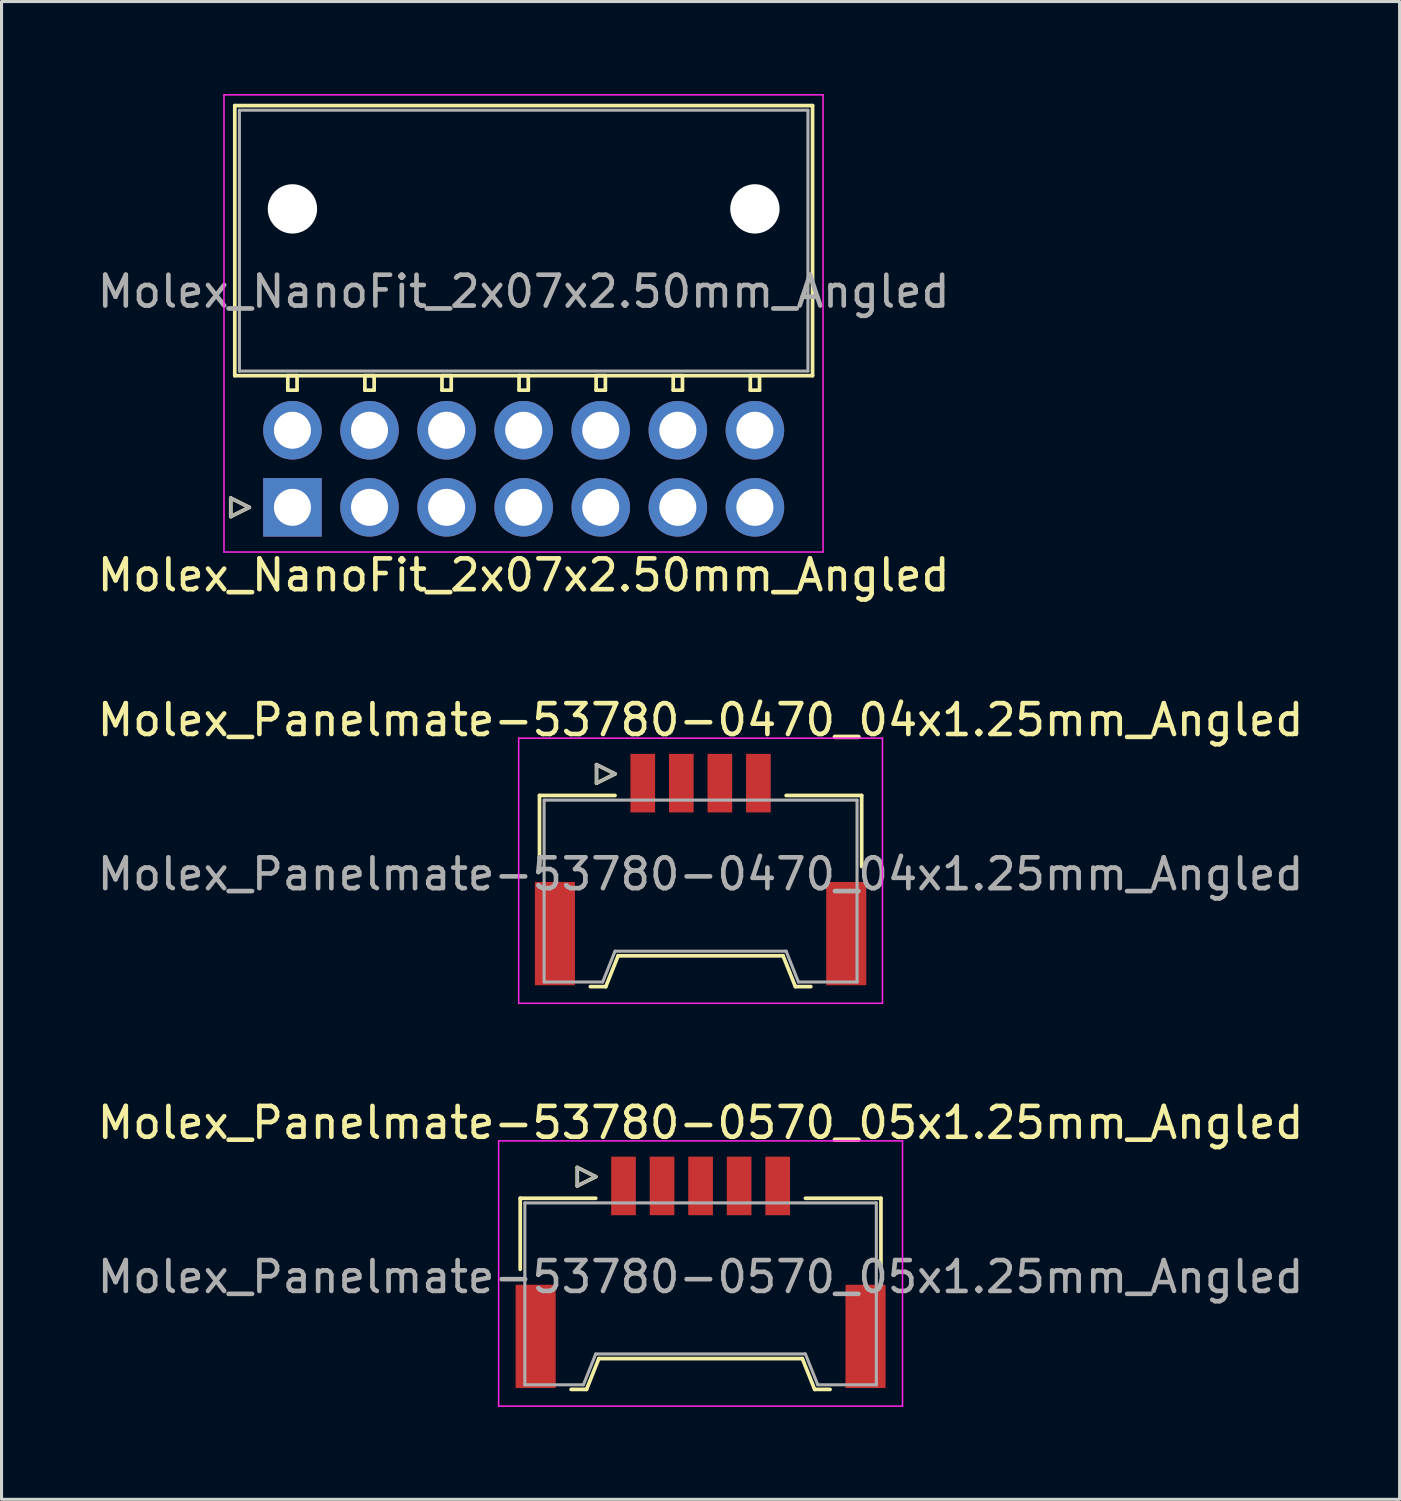
<source format=kicad_pcb>
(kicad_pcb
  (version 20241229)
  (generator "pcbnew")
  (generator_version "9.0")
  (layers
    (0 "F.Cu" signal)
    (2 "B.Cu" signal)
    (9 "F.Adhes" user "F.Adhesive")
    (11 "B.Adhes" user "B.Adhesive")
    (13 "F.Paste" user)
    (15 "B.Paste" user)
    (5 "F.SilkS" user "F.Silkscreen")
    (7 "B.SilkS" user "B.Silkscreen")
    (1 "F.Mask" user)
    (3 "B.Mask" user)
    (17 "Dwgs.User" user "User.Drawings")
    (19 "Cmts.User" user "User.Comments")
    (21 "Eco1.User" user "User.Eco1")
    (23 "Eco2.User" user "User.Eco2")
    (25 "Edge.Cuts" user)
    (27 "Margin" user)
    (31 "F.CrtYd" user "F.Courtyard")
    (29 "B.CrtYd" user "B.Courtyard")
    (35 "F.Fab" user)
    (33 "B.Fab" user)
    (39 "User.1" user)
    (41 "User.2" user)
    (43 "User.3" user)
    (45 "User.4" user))
  (footprint "Molex_Panelmate-53780-0570_05x1.25mm_Angled"
    (layer "F.Cu")
    (at 19.673 37.855)
    (property "Reference" "Molex_Panelmate-53780-0570_05x1.25mm_Angled" (at 0 -4.49 0) (layer "F.SilkS") (effects (font (size 1 1) (thickness 0.15))))
    (attr smd)
    (fp_line (start -5.85 -2.04) (end -5.85 0.265) (stroke (width 0.12) (type solid)) (layer "F.SilkS"))
    (fp_line (start -4.2 4.16) (end -3.7 4.16) (stroke (width 0.12) (type solid)) (layer "F.SilkS"))
    (fp_line (start -4 -3.04) (end -4 -2.44) (stroke (width 0.12) (type solid)) (layer "F.SilkS"))
    (fp_line (start -4 -2.44) (end -3.4 -2.74) (stroke (width 0.12) (type solid)) (layer "F.SilkS"))
    (fp_line (start -3.7 4.16) (end -3.3 3.16) (stroke (width 0.12) (type solid)) (layer "F.SilkS"))
    (fp_line (start -3.4 -2.74) (end -4 -3.04) (stroke (width 0.12) (type solid)) (layer "F.SilkS"))
    (fp_line (start -3.4 -2.04) (end -5.85 -2.04) (stroke (width 0.12) (type solid)) (layer "F.SilkS"))
    (fp_line (start -3.3 3.16) (end 3.3 3.16) (stroke (width 0.12) (type solid)) (layer "F.SilkS"))
    (fp_line (start 3.3 3.16) (end 3.7 4.16) (stroke (width 0.12) (type solid)) (layer "F.SilkS"))
    (fp_line (start 3.4 -2.04) (end 5.85 -2.04) (stroke (width 0.12) (type solid)) (layer "F.SilkS"))
    (fp_line (start 3.7 4.16) (end 4.2 4.16) (stroke (width 0.12) (type solid)) (layer "F.SilkS"))
    (fp_line (start 5.85 -2.04) (end 5.85 0.265) (stroke (width 0.12) (type solid)) (layer "F.SilkS"))
    (fp_line (start -6.55 -3.9) (end -6.55 4.7) (stroke (width 0.05) (type solid)) (layer "F.CrtYd"))
    (fp_line (start -6.55 4.7) (end 6.55 4.7) (stroke (width 0.05) (type solid)) (layer "F.CrtYd"))
    (fp_line (start 6.55 -3.9) (end -6.55 -3.9) (stroke (width 0.05) (type solid)) (layer "F.CrtYd"))
    (fp_line (start 6.55 4.7) (end 6.55 -3.9) (stroke (width 0.05) (type solid)) (layer "F.CrtYd"))
    (fp_line (start -5.7 -1.89) (end -5.7 4.01) (stroke (width 0.1) (type solid)) (layer "F.Fab"))
    (fp_line (start -5.7 4.01) (end -3.8 4.01) (stroke (width 0.1) (type solid)) (layer "F.Fab"))
    (fp_line (start -4 -3.04) (end -4 -2.44) (stroke (width 0.1) (type solid)) (layer "F.Fab"))
    (fp_line (start -4 -2.44) (end -3.4 -2.74) (stroke (width 0.1) (type solid)) (layer "F.Fab"))
    (fp_line (start -3.8 4.01) (end -3.4 3.01) (stroke (width 0.1) (type solid)) (layer "F.Fab"))
    (fp_line (start -3.4 -2.74) (end -4 -3.04) (stroke (width 0.1) (type solid)) (layer "F.Fab"))
    (fp_line (start -3.4 3.01) (end 3.4 3.01) (stroke (width 0.1) (type solid)) (layer "F.Fab"))
    (fp_line (start 3.4 3.01) (end 3.8 4.01) (stroke (width 0.1) (type solid)) (layer "F.Fab"))
    (fp_line (start 3.8 4.01) (end 5.7 4.01) (stroke (width 0.1) (type solid)) (layer "F.Fab"))
    (fp_line (start 5.7 -1.89) (end -5.7 -1.89) (stroke (width 0.1) (type solid)) (layer "F.Fab"))
    (fp_line (start 5.7 4.01) (end 5.7 -1.89) (stroke (width 0.1) (type solid)) (layer "F.Fab"))
    (fp_text user "${REFERENCE}" (at 0 0.51 0) (layer "F.Fab") (effects (font (size 1 1) (thickness 0.15))))
    (pad "" smd rect (at -5.35 2.44) (size 1.3 3.35) (layers "F.Cu" "F.Mask" "F.Paste"))
    (pad "" smd rect (at 5.35 2.44) (size 1.3 3.35) (layers "F.Cu" "F.Mask" "F.Paste"))
    (pad "1" smd rect (at -2.5 -2.44) (size 0.8 1.9) (layers "F.Cu" "F.Mask" "F.Paste"))
    (pad "2" smd rect (at -1.25 -2.44) (size 0.8 1.9) (layers "F.Cu" "F.Mask" "F.Paste"))
    (pad "3" smd rect (at 0 -2.44) (size 0.8 1.9) (layers "F.Cu" "F.Mask" "F.Paste"))
    (pad "4" smd rect (at 1.25 -2.44) (size 0.8 1.9) (layers "F.Cu" "F.Mask" "F.Paste"))
    (pad "5" smd rect (at 2.5 -2.44) (size 0.8 1.9) (layers "F.Cu" "F.Mask" "F.Paste")))
  (footprint "Molex_NanoFit_2x07x2.50mm_Angled"
    (layer "F.Cu")
    (at 6.435 13.405)
    (property "Reference" "Molex_NanoFit_2x07x2.50mm_Angled" (at 7.5 2.2 0) (layer "F.SilkS") (effects (font (size 1 1) (thickness 0.15))))
    (attr through_hole)
    (fp_line (start -2 -0.3) (end -1.4 0) (stroke (width 0.12) (type solid)) (layer "F.SilkS"))
    (fp_line (start -2 0.3) (end -2 -0.3) (stroke (width 0.12) (type solid)) (layer "F.SilkS"))
    (fp_line (start -1.87 -13.03) (end -1.87 -4.27) (stroke (width 0.12) (type solid)) (layer "F.SilkS"))
    (fp_line (start -1.87 -4.27) (end 16.87 -4.27) (stroke (width 0.12) (type solid)) (layer "F.SilkS"))
    (fp_line (start -1.4 0) (end -2 0.3) (stroke (width 0.12) (type solid)) (layer "F.SilkS"))
    (fp_line (start -0.15 -4.27) (end -0.15 -3.8) (stroke (width 0.12) (type solid)) (layer "F.SilkS"))
    (fp_line (start -0.15 -3.8) (end 0.15 -3.8) (stroke (width 0.12) (type solid)) (layer "F.SilkS"))
    (fp_line (start 0.15 -4.27) (end -0.15 -4.27) (stroke (width 0.12) (type solid)) (layer "F.SilkS"))
    (fp_line (start 0.15 -3.8) (end 0.15 -4.27) (stroke (width 0.12) (type solid)) (layer "F.SilkS"))
    (fp_line (start 2.35 -4.27) (end 2.35 -3.8) (stroke (width 0.12) (type solid)) (layer "F.SilkS"))
    (fp_line (start 2.35 -3.8) (end 2.65 -3.8) (stroke (width 0.12) (type solid)) (layer "F.SilkS"))
    (fp_line (start 2.65 -4.27) (end 2.35 -4.27) (stroke (width 0.12) (type solid)) (layer "F.SilkS"))
    (fp_line (start 2.65 -3.8) (end 2.65 -4.27) (stroke (width 0.12) (type solid)) (layer "F.SilkS"))
    (fp_line (start 4.85 -4.27) (end 4.85 -3.8) (stroke (width 0.12) (type solid)) (layer "F.SilkS"))
    (fp_line (start 4.85 -3.8) (end 5.15 -3.8) (stroke (width 0.12) (type solid)) (layer "F.SilkS"))
    (fp_line (start 5.15 -4.27) (end 4.85 -4.27) (stroke (width 0.12) (type solid)) (layer "F.SilkS"))
    (fp_line (start 5.15 -3.8) (end 5.15 -4.27) (stroke (width 0.12) (type solid)) (layer "F.SilkS"))
    (fp_line (start 7.35 -4.27) (end 7.35 -3.8) (stroke (width 0.12) (type solid)) (layer "F.SilkS"))
    (fp_line (start 7.35 -3.8) (end 7.65 -3.8) (stroke (width 0.12) (type solid)) (layer "F.SilkS"))
    (fp_line (start 7.65 -4.27) (end 7.35 -4.27) (stroke (width 0.12) (type solid)) (layer "F.SilkS"))
    (fp_line (start 7.65 -3.8) (end 7.65 -4.27) (stroke (width 0.12) (type solid)) (layer "F.SilkS"))
    (fp_line (start 9.85 -4.27) (end 9.85 -3.8) (stroke (width 0.12) (type solid)) (layer "F.SilkS"))
    (fp_line (start 9.85 -3.8) (end 10.15 -3.8) (stroke (width 0.12) (type solid)) (layer "F.SilkS"))
    (fp_line (start 10.15 -4.27) (end 9.85 -4.27) (stroke (width 0.12) (type solid)) (layer "F.SilkS"))
    (fp_line (start 10.15 -3.8) (end 10.15 -4.27) (stroke (width 0.12) (type solid)) (layer "F.SilkS"))
    (fp_line (start 12.35 -4.27) (end 12.35 -3.8) (stroke (width 0.12) (type solid)) (layer "F.SilkS"))
    (fp_line (start 12.35 -3.8) (end 12.65 -3.8) (stroke (width 0.12) (type solid)) (layer "F.SilkS"))
    (fp_line (start 12.65 -4.27) (end 12.35 -4.27) (stroke (width 0.12) (type solid)) (layer "F.SilkS"))
    (fp_line (start 12.65 -3.8) (end 12.65 -4.27) (stroke (width 0.12) (type solid)) (layer "F.SilkS"))
    (fp_line (start 14.85 -4.27) (end 14.85 -3.8) (stroke (width 0.12) (type solid)) (layer "F.SilkS"))
    (fp_line (start 14.85 -3.8) (end 15.15 -3.8) (stroke (width 0.12) (type solid)) (layer "F.SilkS"))
    (fp_line (start 15.15 -4.27) (end 14.85 -4.27) (stroke (width 0.12) (type solid)) (layer "F.SilkS"))
    (fp_line (start 15.15 -3.8) (end 15.15 -4.27) (stroke (width 0.12) (type solid)) (layer "F.SilkS"))
    (fp_line (start 16.87 -13.03) (end -1.87 -13.03) (stroke (width 0.12) (type solid)) (layer "F.SilkS"))
    (fp_line (start 16.87 -4.27) (end 16.87 -13.03) (stroke (width 0.12) (type solid)) (layer "F.SilkS"))
    (fp_line (start -2.22 -13.38) (end -2.22 1.45) (stroke (width 0.05) (type solid)) (layer "F.CrtYd"))
    (fp_line (start -2.22 1.45) (end 17.21 1.45) (stroke (width 0.05) (type solid)) (layer "F.CrtYd"))
    (fp_line (start 17.21 -13.38) (end -2.22 -13.38) (stroke (width 0.05) (type solid)) (layer "F.CrtYd"))
    (fp_line (start 17.21 1.45) (end 17.21 -13.38) (stroke (width 0.05) (type solid)) (layer "F.CrtYd"))
    (fp_line (start -2 -0.3) (end -1.4 0) (stroke (width 0.1) (type solid)) (layer "F.Fab"))
    (fp_line (start -2 0.3) (end -2 -0.3) (stroke (width 0.1) (type solid)) (layer "F.Fab"))
    (fp_line (start -1.72 -12.88) (end -1.72 -4.42) (stroke (width 0.1) (type solid)) (layer "F.Fab"))
    (fp_line (start -1.72 -4.42) (end 16.72 -4.42) (stroke (width 0.1) (type solid)) (layer "F.Fab"))
    (fp_line (start -1.4 0) (end -2 0.3) (stroke (width 0.1) (type solid)) (layer "F.Fab"))
    (fp_line (start 16.72 -12.88) (end -1.72 -12.88) (stroke (width 0.1) (type solid)) (layer "F.Fab"))
    (fp_line (start 16.72 -4.42) (end 16.72 -12.88) (stroke (width 0.1) (type solid)) (layer "F.Fab"))
    (fp_text user "${REFERENCE}" (at 7.5 -7 0) (layer "F.Fab") (effects (font (size 1 1) (thickness 0.15))))
    (pad "" np_thru_hole circle (at 0 -9.68) (size 1.6 1.6) (drill 1.6) (layers "*.Cu" "*.Mask"))
    (pad "" np_thru_hole circle (at 15 -9.68) (size 1.6 1.6) (drill 1.6) (layers "*.Cu" "*.Mask"))
    (pad "1" thru_hole rect (at 0 0) (size 1.9 1.9) (drill 1.2) (layers "*.Cu" "*.Mask"))
    (pad "2" thru_hole circle (at 2.5 0) (size 1.9 1.9) (drill 1.2) (layers "*.Cu" "*.Mask"))
    (pad "3" thru_hole circle (at 5 0) (size 1.9 1.9) (drill 1.2) (layers "*.Cu" "*.Mask"))
    (pad "4" thru_hole circle (at 7.5 0) (size 1.9 1.9) (drill 1.2) (layers "*.Cu" "*.Mask"))
    (pad "5" thru_hole circle (at 10 0) (size 1.9 1.9) (drill 1.2) (layers "*.Cu" "*.Mask"))
    (pad "6" thru_hole circle (at 12.5 0) (size 1.9 1.9) (drill 1.2) (layers "*.Cu" "*.Mask"))
    (pad "7" thru_hole circle (at 15 0) (size 1.9 1.9) (drill 1.2) (layers "*.Cu" "*.Mask"))
    (pad "8" thru_hole circle (at 0 -2.5) (size 1.9 1.9) (drill 1.2) (layers "*.Cu" "*.Mask"))
    (pad "9" thru_hole circle (at 2.5 -2.5) (size 1.9 1.9) (drill 1.2) (layers "*.Cu" "*.Mask"))
    (pad "10" thru_hole circle (at 5 -2.5) (size 1.9 1.9) (drill 1.2) (layers "*.Cu" "*.Mask"))
    (pad "11" thru_hole circle (at 7.5 -2.5) (size 1.9 1.9) (drill 1.2) (layers "*.Cu" "*.Mask"))
    (pad "12" thru_hole circle (at 10 -2.5) (size 1.9 1.9) (drill 1.2) (layers "*.Cu" "*.Mask"))
    (pad "13" thru_hole circle (at 12.5 -2.5) (size 1.9 1.9) (drill 1.2) (layers "*.Cu" "*.Mask"))
    (pad "14" thru_hole circle (at 15 -2.5) (size 1.9 1.9) (drill 1.2) (layers "*.Cu" "*.Mask")))
  (footprint "Molex_Panelmate-53780-0470_04x1.25mm_Angled"
    (layer "F.Cu")
    (at 19.673 24.791)
    (property "Reference" "Molex_Panelmate-53780-0470_04x1.25mm_Angled" (at 0 -4.49 0) (layer "F.SilkS") (effects (font (size 1 1) (thickness 0.15))))
    (attr smd)
    (fp_line (start -5.225 -2.04) (end -5.225 0.265) (stroke (width 0.12) (type solid)) (layer "F.SilkS"))
    (fp_line (start -3.575 4.16) (end -3.075 4.16) (stroke (width 0.12) (type solid)) (layer "F.SilkS"))
    (fp_line (start -3.375 -3.04) (end -3.375 -2.44) (stroke (width 0.12) (type solid)) (layer "F.SilkS"))
    (fp_line (start -3.375 -2.44) (end -2.775 -2.74) (stroke (width 0.12) (type solid)) (layer "F.SilkS"))
    (fp_line (start -3.075 4.16) (end -2.675 3.16) (stroke (width 0.12) (type solid)) (layer "F.SilkS"))
    (fp_line (start -2.775 -2.74) (end -3.375 -3.04) (stroke (width 0.12) (type solid)) (layer "F.SilkS"))
    (fp_line (start -2.775 -2.04) (end -5.225 -2.04) (stroke (width 0.12) (type solid)) (layer "F.SilkS"))
    (fp_line (start -2.675 3.16) (end 2.675 3.16) (stroke (width 0.12) (type solid)) (layer "F.SilkS"))
    (fp_line (start 2.675 3.16) (end 3.075 4.16) (stroke (width 0.12) (type solid)) (layer "F.SilkS"))
    (fp_line (start 2.775 -2.04) (end 5.225 -2.04) (stroke (width 0.12) (type solid)) (layer "F.SilkS"))
    (fp_line (start 3.075 4.16) (end 3.575 4.16) (stroke (width 0.12) (type solid)) (layer "F.SilkS"))
    (fp_line (start 5.225 -2.04) (end 5.225 0.265) (stroke (width 0.12) (type solid)) (layer "F.SilkS"))
    (fp_line (start -5.9 -3.9) (end -5.9 4.7) (stroke (width 0.05) (type solid)) (layer "F.CrtYd"))
    (fp_line (start -5.9 4.7) (end 5.9 4.7) (stroke (width 0.05) (type solid)) (layer "F.CrtYd"))
    (fp_line (start 5.9 -3.9) (end -5.9 -3.9) (stroke (width 0.05) (type solid)) (layer "F.CrtYd"))
    (fp_line (start 5.9 4.7) (end 5.9 -3.9) (stroke (width 0.05) (type solid)) (layer "F.CrtYd"))
    (fp_line (start -5.075 -1.89) (end -5.075 4.01) (stroke (width 0.1) (type solid)) (layer "F.Fab"))
    (fp_line (start -5.075 4.01) (end -3.175 4.01) (stroke (width 0.1) (type solid)) (layer "F.Fab"))
    (fp_line (start -3.375 -3.04) (end -3.375 -2.44) (stroke (width 0.1) (type solid)) (layer "F.Fab"))
    (fp_line (start -3.375 -2.44) (end -2.775 -2.74) (stroke (width 0.1) (type solid)) (layer "F.Fab"))
    (fp_line (start -3.175 4.01) (end -2.775 3.01) (stroke (width 0.1) (type solid)) (layer "F.Fab"))
    (fp_line (start -2.775 -2.74) (end -3.375 -3.04) (stroke (width 0.1) (type solid)) (layer "F.Fab"))
    (fp_line (start -2.775 3.01) (end 2.775 3.01) (stroke (width 0.1) (type solid)) (layer "F.Fab"))
    (fp_line (start 2.775 3.01) (end 3.175 4.01) (stroke (width 0.1) (type solid)) (layer "F.Fab"))
    (fp_line (start 3.175 4.01) (end 5.075 4.01) (stroke (width 0.1) (type solid)) (layer "F.Fab"))
    (fp_line (start 5.075 -1.89) (end -5.075 -1.89) (stroke (width 0.1) (type solid)) (layer "F.Fab"))
    (fp_line (start 5.075 4.01) (end 5.075 -1.89) (stroke (width 0.1) (type solid)) (layer "F.Fab"))
    (fp_text user "${REFERENCE}" (at 0 0.51 0) (layer "F.Fab") (effects (font (size 1 1) (thickness 0.15))))
    (pad "" smd rect (at -4.725 2.44) (size 1.3 3.35) (layers "F.Cu" "F.Mask" "F.Paste"))
    (pad "" smd rect (at 4.725 2.44) (size 1.3 3.35) (layers "F.Cu" "F.Mask" "F.Paste"))
    (pad "1" smd rect (at -1.875 -2.44) (size 0.8 1.9) (layers "F.Cu" "F.Mask" "F.Paste"))
    (pad "2" smd rect (at -0.625 -2.44) (size 0.8 1.9) (layers "F.Cu" "F.Mask" "F.Paste"))
    (pad "3" smd rect (at 0.625 -2.44) (size 0.8 1.9) (layers "F.Cu" "F.Mask" "F.Paste"))
    (pad "4" smd rect (at 1.875 -2.44) (size 0.8 1.9) (layers "F.Cu" "F.Mask" "F.Paste")))
  (gr_rect
    (start -3 -3)
    (end 42.345 45.58)
    (stroke (width 0.1) (type default))
    (fill no)
    (layer "Edge.Cuts")))
</source>
